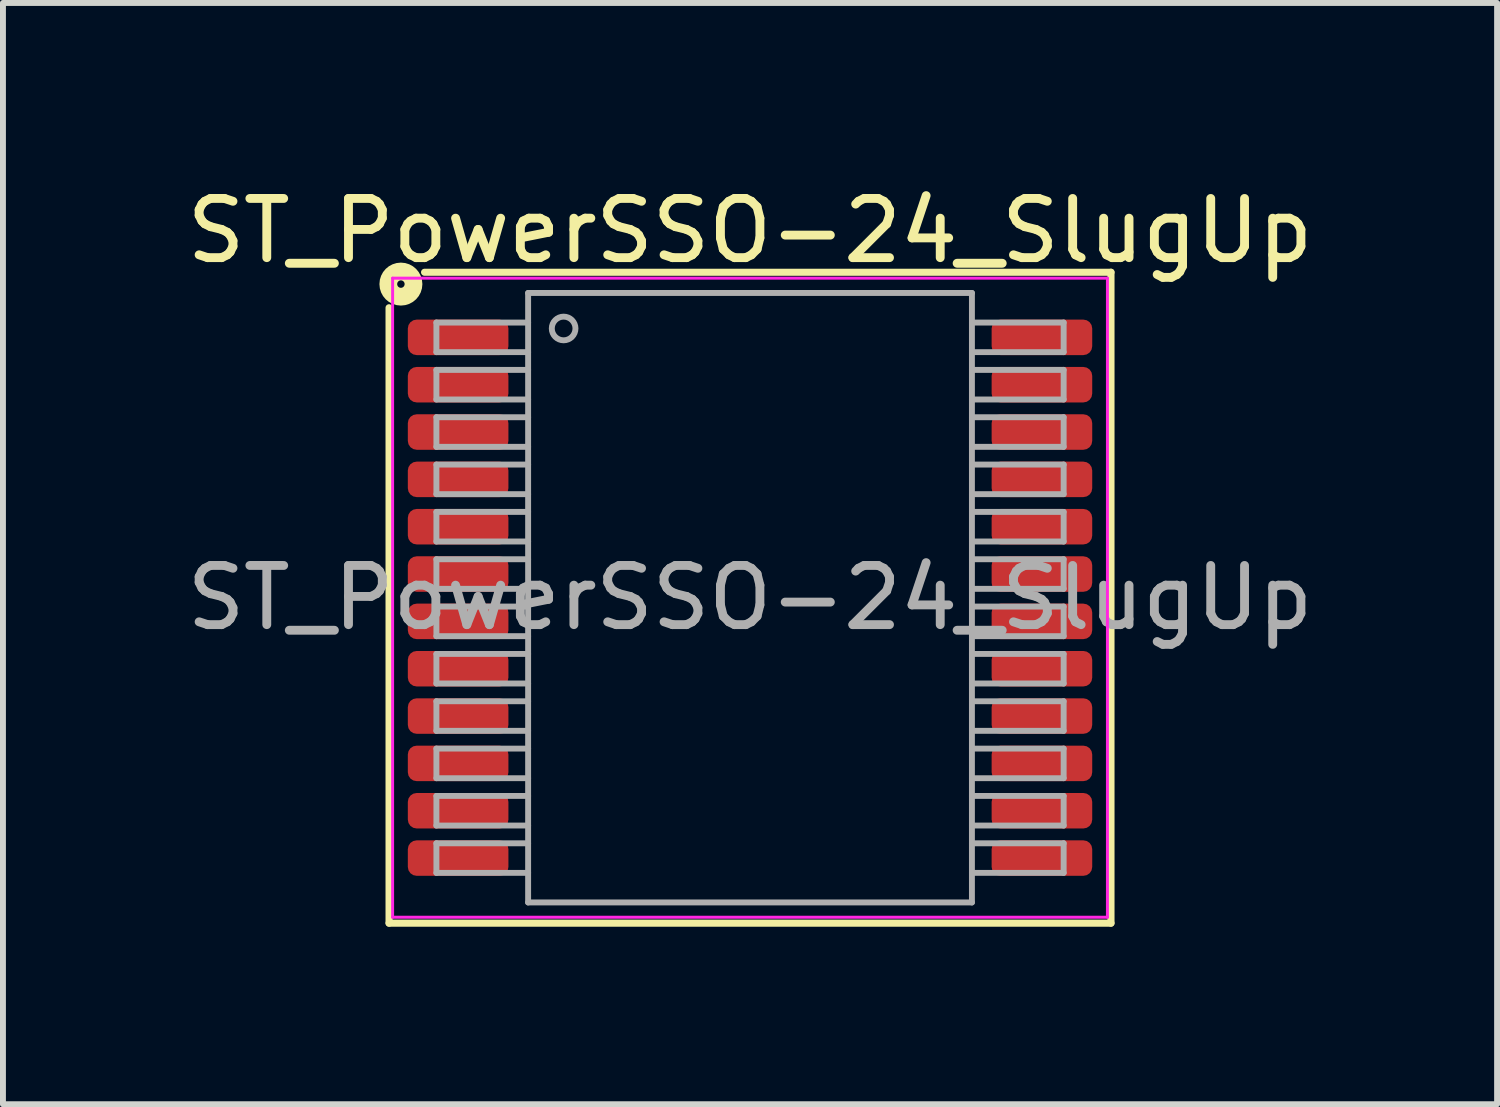
<source format=kicad_pcb>
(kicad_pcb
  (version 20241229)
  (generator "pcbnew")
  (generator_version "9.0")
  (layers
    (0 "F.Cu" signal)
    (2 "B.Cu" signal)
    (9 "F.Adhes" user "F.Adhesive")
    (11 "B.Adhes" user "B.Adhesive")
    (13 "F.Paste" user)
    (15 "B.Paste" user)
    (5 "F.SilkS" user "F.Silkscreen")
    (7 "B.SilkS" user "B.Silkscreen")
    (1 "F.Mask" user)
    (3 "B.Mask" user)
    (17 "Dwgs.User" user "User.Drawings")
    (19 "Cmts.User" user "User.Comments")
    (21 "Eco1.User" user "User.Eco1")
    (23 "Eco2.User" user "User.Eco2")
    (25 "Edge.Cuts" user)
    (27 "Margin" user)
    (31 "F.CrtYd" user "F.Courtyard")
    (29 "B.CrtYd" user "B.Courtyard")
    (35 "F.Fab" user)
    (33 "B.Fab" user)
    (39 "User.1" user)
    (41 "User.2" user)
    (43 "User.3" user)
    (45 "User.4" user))
  (footprint "ST_PowerSSO-24_SlugUp"
    (layer "F.Cu")
    (at 9.625 7.051)
    (property "Reference" "ST_PowerSSO-24_SlugUp" (at 0 -6.202 0) (layer "F.SilkS") (effects (font (size 1 1) (thickness 0.15))))
    (attr smd)
    (fp_line (start -6.1 -4.9) (end -6.1 5.5) (stroke (width 0.12) (type solid)) (layer "F.SilkS"))
    (fp_line (start -6.1 5.5) (end 6.1 5.5) (stroke (width 0.12) (type solid)) (layer "F.SilkS"))
    (fp_line (start 6.1 -5.5) (end -5.5 -5.5) (stroke (width 0.12) (type solid)) (layer "F.SilkS"))
    (fp_line (start 6.1 5.5) (end 6.1 -5.5) (stroke (width 0.12) (type solid)) (layer "F.SilkS"))
    (fp_circle (center -5.9 -5.3) (end -5.837 -5.3) (stroke (width 0.3) (type solid)) (fill no) (layer "F.SilkS"))
    (fp_line (start -6.04 -5.4) (end -6.04 5.4) (stroke (width 0.05) (type solid)) (layer "F.CrtYd"))
    (fp_line (start -6.04 -5.4) (end 6.04 -5.4) (stroke (width 0.05) (type solid)) (layer "F.CrtYd"))
    (fp_line (start 6.04 5.4) (end -6.04 5.4) (stroke (width 0.05) (type solid)) (layer "F.CrtYd"))
    (fp_line (start 6.04 5.4) (end 6.04 -5.4) (stroke (width 0.05) (type solid)) (layer "F.CrtYd"))
    (fp_line (start -5.3 -4.65) (end -5.3 -4.15) (stroke (width 0.1) (type solid)) (layer "F.Fab"))
    (fp_line (start -5.3 -4.65) (end -3.75 -4.65) (stroke (width 0.1) (type solid)) (layer "F.Fab"))
    (fp_line (start -5.3 -4.15) (end -3.75 -4.15) (stroke (width 0.1) (type solid)) (layer "F.Fab"))
    (fp_line (start -5.3 -3.85) (end -5.3 -3.35) (stroke (width 0.1) (type solid)) (layer "F.Fab"))
    (fp_line (start -5.3 -3.85) (end -3.75 -3.85) (stroke (width 0.1) (type solid)) (layer "F.Fab"))
    (fp_line (start -5.3 -3.35) (end -3.75 -3.35) (stroke (width 0.1) (type solid)) (layer "F.Fab"))
    (fp_line (start -5.3 -3.05) (end -5.3 -2.55) (stroke (width 0.1) (type solid)) (layer "F.Fab"))
    (fp_line (start -5.3 -3.05) (end -3.75 -3.05) (stroke (width 0.1) (type solid)) (layer "F.Fab"))
    (fp_line (start -5.3 -2.55) (end -3.75 -2.55) (stroke (width 0.1) (type solid)) (layer "F.Fab"))
    (fp_line (start -5.3 -2.25) (end -5.3 -1.75) (stroke (width 0.1) (type solid)) (layer "F.Fab"))
    (fp_line (start -5.3 -2.25) (end -3.75 -2.25) (stroke (width 0.1) (type solid)) (layer "F.Fab"))
    (fp_line (start -5.3 -1.75) (end -3.75 -1.75) (stroke (width 0.1) (type solid)) (layer "F.Fab"))
    (fp_line (start -5.3 -1.45) (end -5.3 -0.95) (stroke (width 0.1) (type solid)) (layer "F.Fab"))
    (fp_line (start -5.3 -1.45) (end -3.75 -1.45) (stroke (width 0.1) (type solid)) (layer "F.Fab"))
    (fp_line (start -5.3 -0.95) (end -3.75 -0.95) (stroke (width 0.1) (type solid)) (layer "F.Fab"))
    (fp_line (start -5.3 -0.65) (end -5.3 -0.15) (stroke (width 0.1) (type solid)) (layer "F.Fab"))
    (fp_line (start -5.3 -0.65) (end -3.75 -0.65) (stroke (width 0.1) (type solid)) (layer "F.Fab"))
    (fp_line (start -5.3 -0.15) (end -3.75 -0.15) (stroke (width 0.1) (type solid)) (layer "F.Fab"))
    (fp_line (start -5.3 0.15) (end -5.3 0.65) (stroke (width 0.1) (type solid)) (layer "F.Fab"))
    (fp_line (start -5.3 0.15) (end -3.75 0.15) (stroke (width 0.1) (type solid)) (layer "F.Fab"))
    (fp_line (start -5.3 0.65) (end -3.75 0.65) (stroke (width 0.1) (type solid)) (layer "F.Fab"))
    (fp_line (start -5.3 0.95) (end -5.3 1.45) (stroke (width 0.1) (type solid)) (layer "F.Fab"))
    (fp_line (start -5.3 0.95) (end -3.75 0.95) (stroke (width 0.1) (type solid)) (layer "F.Fab"))
    (fp_line (start -5.3 1.45) (end -3.75 1.45) (stroke (width 0.1) (type solid)) (layer "F.Fab"))
    (fp_line (start -5.3 1.75) (end -5.3 2.25) (stroke (width 0.1) (type solid)) (layer "F.Fab"))
    (fp_line (start -5.3 1.75) (end -3.75 1.75) (stroke (width 0.1) (type solid)) (layer "F.Fab"))
    (fp_line (start -5.3 2.25) (end -3.75 2.25) (stroke (width 0.1) (type solid)) (layer "F.Fab"))
    (fp_line (start -5.3 2.55) (end -5.3 3.05) (stroke (width 0.1) (type solid)) (layer "F.Fab"))
    (fp_line (start -5.3 2.55) (end -3.75 2.55) (stroke (width 0.1) (type solid)) (layer "F.Fab"))
    (fp_line (start -5.3 3.05) (end -3.75 3.05) (stroke (width 0.1) (type solid)) (layer "F.Fab"))
    (fp_line (start -5.3 3.35) (end -5.3 3.85) (stroke (width 0.1) (type solid)) (layer "F.Fab"))
    (fp_line (start -5.3 3.35) (end -3.75 3.35) (stroke (width 0.1) (type solid)) (layer "F.Fab"))
    (fp_line (start -5.3 3.85) (end -3.75 3.85) (stroke (width 0.1) (type solid)) (layer "F.Fab"))
    (fp_line (start -5.3 4.15) (end -5.3 4.65) (stroke (width 0.1) (type solid)) (layer "F.Fab"))
    (fp_line (start -5.3 4.15) (end -3.75 4.15) (stroke (width 0.1) (type solid)) (layer "F.Fab"))
    (fp_line (start -5.3 4.65) (end -3.75 4.65) (stroke (width 0.1) (type solid)) (layer "F.Fab"))
    (fp_line (start -3.75 -5.15) (end -3.75 5.15) (stroke (width 0.1) (type solid)) (layer "F.Fab"))
    (fp_line (start -3.75 5.15) (end 3.75 5.15) (stroke (width 0.1) (type solid)) (layer "F.Fab"))
    (fp_line (start 3.75 -5.15) (end -3.75 -5.15) (stroke (width 0.1) (type solid)) (layer "F.Fab"))
    (fp_line (start 3.75 5.15) (end 3.75 -5.15) (stroke (width 0.1) (type solid)) (layer "F.Fab"))
    (fp_line (start 5.3 -4.65) (end 3.75 -4.65) (stroke (width 0.1) (type solid)) (layer "F.Fab"))
    (fp_line (start 5.3 -4.15) (end 3.75 -4.15) (stroke (width 0.1) (type solid)) (layer "F.Fab"))
    (fp_line (start 5.3 -4.15) (end 5.3 -4.65) (stroke (width 0.1) (type solid)) (layer "F.Fab"))
    (fp_line (start 5.3 -3.85) (end 3.75 -3.85) (stroke (width 0.1) (type solid)) (layer "F.Fab"))
    (fp_line (start 5.3 -3.35) (end 3.75 -3.35) (stroke (width 0.1) (type solid)) (layer "F.Fab"))
    (fp_line (start 5.3 -3.35) (end 5.3 -3.85) (stroke (width 0.1) (type solid)) (layer "F.Fab"))
    (fp_line (start 5.3 -3.05) (end 3.75 -3.05) (stroke (width 0.1) (type solid)) (layer "F.Fab"))
    (fp_line (start 5.3 -2.55) (end 3.75 -2.55) (stroke (width 0.1) (type solid)) (layer "F.Fab"))
    (fp_line (start 5.3 -2.55) (end 5.3 -3.05) (stroke (width 0.1) (type solid)) (layer "F.Fab"))
    (fp_line (start 5.3 -2.25) (end 3.75 -2.25) (stroke (width 0.1) (type solid)) (layer "F.Fab"))
    (fp_line (start 5.3 -1.75) (end 3.75 -1.75) (stroke (width 0.1) (type solid)) (layer "F.Fab"))
    (fp_line (start 5.3 -1.75) (end 5.3 -2.25) (stroke (width 0.1) (type solid)) (layer "F.Fab"))
    (fp_line (start 5.3 -1.45) (end 3.75 -1.45) (stroke (width 0.1) (type solid)) (layer "F.Fab"))
    (fp_line (start 5.3 -0.95) (end 3.75 -0.95) (stroke (width 0.1) (type solid)) (layer "F.Fab"))
    (fp_line (start 5.3 -0.95) (end 5.3 -1.45) (stroke (width 0.1) (type solid)) (layer "F.Fab"))
    (fp_line (start 5.3 -0.65) (end 3.75 -0.65) (stroke (width 0.1) (type solid)) (layer "F.Fab"))
    (fp_line (start 5.3 -0.15) (end 3.75 -0.15) (stroke (width 0.1) (type solid)) (layer "F.Fab"))
    (fp_line (start 5.3 -0.15) (end 5.3 -0.65) (stroke (width 0.1) (type solid)) (layer "F.Fab"))
    (fp_line (start 5.3 0.15) (end 3.75 0.15) (stroke (width 0.1) (type solid)) (layer "F.Fab"))
    (fp_line (start 5.3 0.65) (end 3.75 0.65) (stroke (width 0.1) (type solid)) (layer "F.Fab"))
    (fp_line (start 5.3 0.65) (end 5.3 0.15) (stroke (width 0.1) (type solid)) (layer "F.Fab"))
    (fp_line (start 5.3 0.95) (end 3.75 0.95) (stroke (width 0.1) (type solid)) (layer "F.Fab"))
    (fp_line (start 5.3 1.45) (end 3.75 1.45) (stroke (width 0.1) (type solid)) (layer "F.Fab"))
    (fp_line (start 5.3 1.45) (end 5.3 0.95) (stroke (width 0.1) (type solid)) (layer "F.Fab"))
    (fp_line (start 5.3 1.75) (end 3.75 1.75) (stroke (width 0.1) (type solid)) (layer "F.Fab"))
    (fp_line (start 5.3 2.25) (end 3.75 2.25) (stroke (width 0.1) (type solid)) (layer "F.Fab"))
    (fp_line (start 5.3 2.25) (end 5.3 1.75) (stroke (width 0.1) (type solid)) (layer "F.Fab"))
    (fp_line (start 5.3 2.55) (end 3.75 2.55) (stroke (width 0.1) (type solid)) (layer "F.Fab"))
    (fp_line (start 5.3 3.05) (end 3.75 3.05) (stroke (width 0.1) (type solid)) (layer "F.Fab"))
    (fp_line (start 5.3 3.05) (end 5.3 2.55) (stroke (width 0.1) (type solid)) (layer "F.Fab"))
    (fp_line (start 5.3 3.35) (end 3.75 3.35) (stroke (width 0.1) (type solid)) (layer "F.Fab"))
    (fp_line (start 5.3 3.85) (end 3.75 3.85) (stroke (width 0.1) (type solid)) (layer "F.Fab"))
    (fp_line (start 5.3 3.85) (end 5.3 3.35) (stroke (width 0.1) (type solid)) (layer "F.Fab"))
    (fp_line (start 5.3 4.15) (end 3.75 4.15) (stroke (width 0.1) (type solid)) (layer "F.Fab"))
    (fp_line (start 5.3 4.65) (end 3.75 4.65) (stroke (width 0.1) (type solid)) (layer "F.Fab"))
    (fp_line (start 5.3 4.65) (end 5.3 4.15) (stroke (width 0.1) (type solid)) (layer "F.Fab"))
    (fp_circle (center -3.15 -4.55) (end -2.95 -4.55) (stroke (width 0.1) (type solid)) (fill no) (layer "F.Fab"))
    (fp_text user "${REFERENCE}" (at 0 0 0) (layer "F.Fab") (effects (font (size 1 1) (thickness 0.15))))
    (pad "1" smd roundrect (at -4.933 -4.4) (size 1.7 0.6) (layers "F.Cu" "F.Mask" "F.Paste") (roundrect_rratio 0.25))
    (pad "2" smd roundrect (at -4.933 -3.6) (size 1.7 0.6) (layers "F.Cu" "F.Mask" "F.Paste") (roundrect_rratio 0.25))
    (pad "3" smd roundrect (at -4.933 -2.8) (size 1.7 0.6) (layers "F.Cu" "F.Mask" "F.Paste") (roundrect_rratio 0.25))
    (pad "4" smd roundrect (at -4.933 -2) (size 1.7 0.6) (layers "F.Cu" "F.Mask" "F.Paste") (roundrect_rratio 0.25))
    (pad "5" smd roundrect (at -4.933 -1.2) (size 1.7 0.6) (layers "F.Cu" "F.Mask" "F.Paste") (roundrect_rratio 0.25))
    (pad "6" smd roundrect (at -4.933 -0.4) (size 1.7 0.6) (layers "F.Cu" "F.Mask" "F.Paste") (roundrect_rratio 0.25))
    (pad "7" smd roundrect (at -4.933 0.4) (size 1.7 0.6) (layers "F.Cu" "F.Mask" "F.Paste") (roundrect_rratio 0.25))
    (pad "8" smd roundrect (at -4.933 1.2) (size 1.7 0.6) (layers "F.Cu" "F.Mask" "F.Paste") (roundrect_rratio 0.25))
    (pad "9" smd roundrect (at -4.933 2) (size 1.7 0.6) (layers "F.Cu" "F.Mask" "F.Paste") (roundrect_rratio 0.25))
    (pad "10" smd roundrect (at -4.933 2.8) (size 1.7 0.6) (layers "F.Cu" "F.Mask" "F.Paste") (roundrect_rratio 0.25))
    (pad "11" smd roundrect (at -4.933 3.6) (size 1.7 0.6) (layers "F.Cu" "F.Mask" "F.Paste") (roundrect_rratio 0.25))
    (pad "12" smd roundrect (at -4.933 4.4) (size 1.7 0.6) (layers "F.Cu" "F.Mask" "F.Paste") (roundrect_rratio 0.25))
    (pad "13" smd roundrect (at 4.933 4.4) (size 1.7 0.6) (layers "F.Cu" "F.Mask" "F.Paste") (roundrect_rratio 0.25))
    (pad "14" smd roundrect (at 4.933 3.6) (size 1.7 0.6) (layers "F.Cu" "F.Mask" "F.Paste") (roundrect_rratio 0.25))
    (pad "15" smd roundrect (at 4.933 2.8) (size 1.7 0.6) (layers "F.Cu" "F.Mask" "F.Paste") (roundrect_rratio 0.25))
    (pad "16" smd roundrect (at 4.933 2) (size 1.7 0.6) (layers "F.Cu" "F.Mask" "F.Paste") (roundrect_rratio 0.25))
    (pad "17" smd roundrect (at 4.933 1.2) (size 1.7 0.6) (layers "F.Cu" "F.Mask" "F.Paste") (roundrect_rratio 0.25))
    (pad "18" smd roundrect (at 4.933 0.4) (size 1.7 0.6) (layers "F.Cu" "F.Mask" "F.Paste") (roundrect_rratio 0.25))
    (pad "19" smd roundrect (at 4.933 -0.4) (size 1.7 0.6) (layers "F.Cu" "F.Mask" "F.Paste") (roundrect_rratio 0.25))
    (pad "20" smd roundrect (at 4.933 -1.2) (size 1.7 0.6) (layers "F.Cu" "F.Mask" "F.Paste") (roundrect_rratio 0.25))
    (pad "21" smd roundrect (at 4.933 -2) (size 1.7 0.6) (layers "F.Cu" "F.Mask" "F.Paste") (roundrect_rratio 0.25))
    (pad "22" smd roundrect (at 4.933 -2.8) (size 1.7 0.6) (layers "F.Cu" "F.Mask" "F.Paste") (roundrect_rratio 0.25))
    (pad "23" smd roundrect (at 4.933 -3.6) (size 1.7 0.6) (layers "F.Cu" "F.Mask" "F.Paste") (roundrect_rratio 0.25))
    (pad "24" smd roundrect (at 4.933 -4.4) (size 1.7 0.6) (layers "F.Cu" "F.Mask" "F.Paste") (roundrect_rratio 0.25)))
  (gr_rect
    (start -3 -3)
    (end 22.25 15.611)
    (stroke (width 0.1) (type default))
    (fill no)
    (layer "Edge.Cuts")))
</source>
